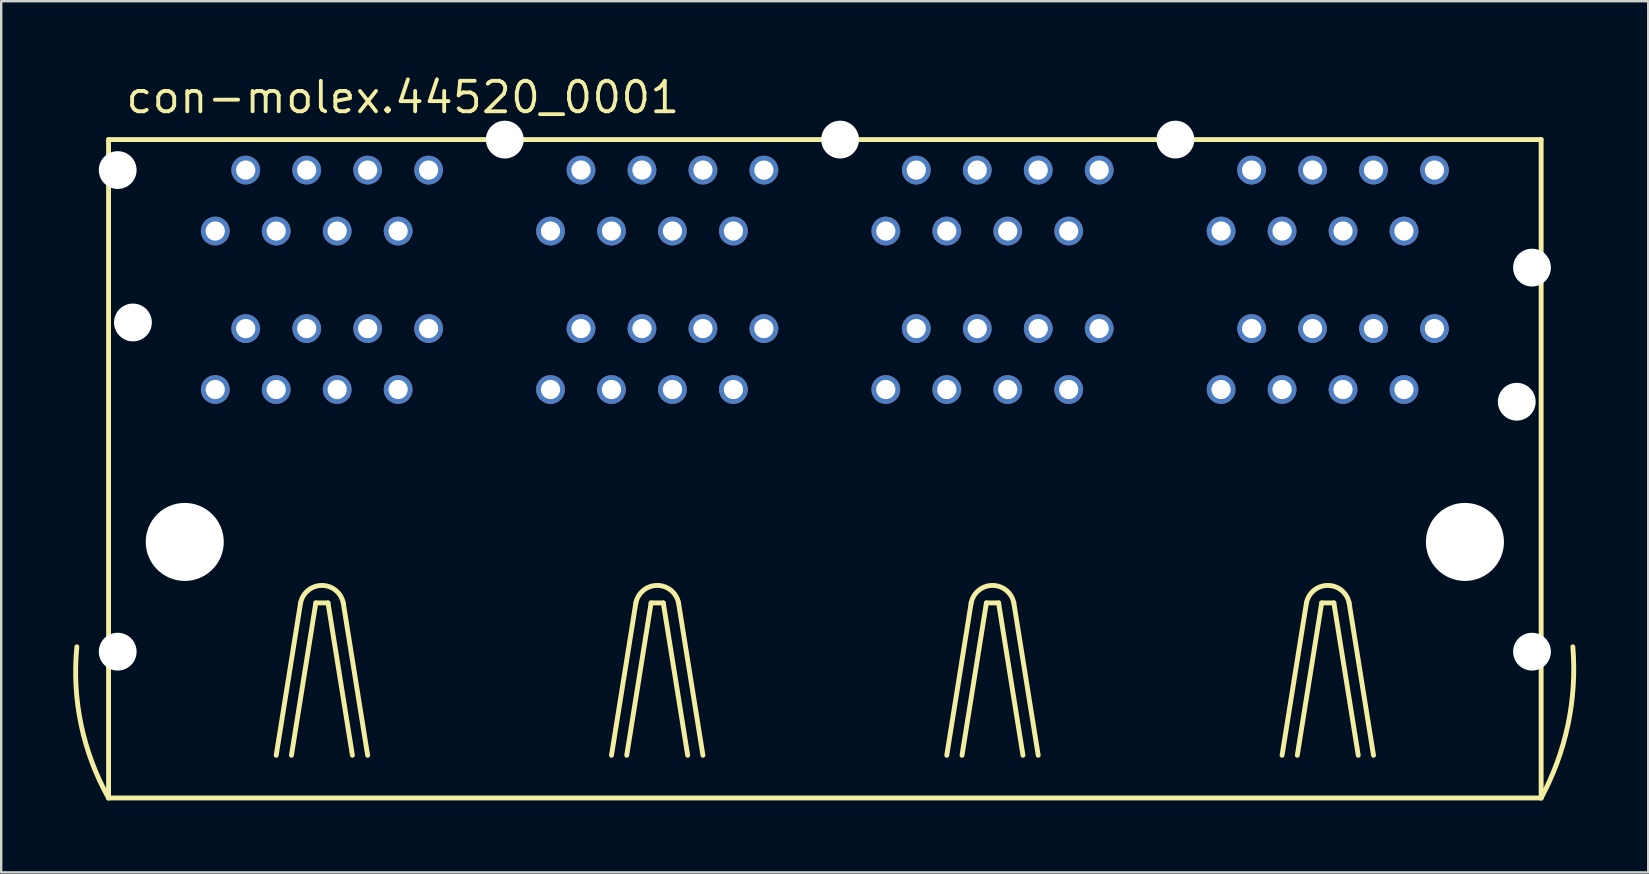
<source format=kicad_pcb>
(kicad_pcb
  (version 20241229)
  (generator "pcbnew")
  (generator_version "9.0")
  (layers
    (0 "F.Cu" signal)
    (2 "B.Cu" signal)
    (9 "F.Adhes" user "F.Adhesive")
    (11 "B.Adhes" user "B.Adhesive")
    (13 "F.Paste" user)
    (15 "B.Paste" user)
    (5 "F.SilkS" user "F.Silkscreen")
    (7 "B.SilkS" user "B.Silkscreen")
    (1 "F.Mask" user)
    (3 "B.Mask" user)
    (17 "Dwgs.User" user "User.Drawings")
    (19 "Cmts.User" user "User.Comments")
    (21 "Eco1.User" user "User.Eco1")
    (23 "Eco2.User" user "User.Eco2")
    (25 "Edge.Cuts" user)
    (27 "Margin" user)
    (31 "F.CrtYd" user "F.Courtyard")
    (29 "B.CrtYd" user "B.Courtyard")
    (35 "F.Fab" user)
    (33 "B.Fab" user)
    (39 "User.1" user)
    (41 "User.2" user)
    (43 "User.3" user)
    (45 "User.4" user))
  (footprint "con-molex.44520_0001"
    (layer "F.Cu")
    (at 31.318 19.53)
    (property "Reference" "con-molex.44520_0001" (at -29.21 -17.78 0) (layer "F.SilkS") (effects (font (size 1.27 1.27) (thickness 0.16)) (justify left bottom)))
    (attr through_hole)
    (fp_line (start -29.845 -16.764) (end -29.845 10.668) (stroke (width 0.203) (type default)) (layer "F.SilkS"))
    (fp_line (start -29.845 10.668) (end 29.845 10.668) (stroke (width 0.203) (type default)) (layer "F.SilkS"))
    (fp_line (start -22.86 8.89) (end -21.844 2.54) (stroke (width 0.203) (type default)) (layer "F.SilkS"))
    (fp_line (start -22.225 8.89) (end -21.209 2.54) (stroke (width 0.203) (type default)) (layer "F.SilkS"))
    (fp_line (start -21.209 2.54) (end -20.701 2.54) (stroke (width 0.203) (type default)) (layer "F.SilkS"))
    (fp_line (start -20.701 2.54) (end -19.685 8.89) (stroke (width 0.203) (type default)) (layer "F.SilkS"))
    (fp_line (start -20.066 2.54) (end -19.05 8.89) (stroke (width 0.203) (type default)) (layer "F.SilkS"))
    (fp_line (start -8.89 8.89) (end -7.874 2.54) (stroke (width 0.203) (type default)) (layer "F.SilkS"))
    (fp_line (start -8.255 8.89) (end -7.239 2.54) (stroke (width 0.203) (type default)) (layer "F.SilkS"))
    (fp_line (start -7.239 2.54) (end -6.731 2.54) (stroke (width 0.203) (type default)) (layer "F.SilkS"))
    (fp_line (start -6.731 2.54) (end -5.715 8.89) (stroke (width 0.203) (type default)) (layer "F.SilkS"))
    (fp_line (start -6.096 2.54) (end -5.08 8.89) (stroke (width 0.203) (type default)) (layer "F.SilkS"))
    (fp_line (start 5.08 8.89) (end 6.096 2.54) (stroke (width 0.203) (type default)) (layer "F.SilkS"))
    (fp_line (start 5.715 8.89) (end 6.731 2.54) (stroke (width 0.203) (type default)) (layer "F.SilkS"))
    (fp_line (start 6.731 2.54) (end 7.239 2.54) (stroke (width 0.203) (type default)) (layer "F.SilkS"))
    (fp_line (start 7.239 2.54) (end 8.255 8.89) (stroke (width 0.203) (type default)) (layer "F.SilkS"))
    (fp_line (start 7.874 2.54) (end 8.89 8.89) (stroke (width 0.203) (type default)) (layer "F.SilkS"))
    (fp_line (start 19.05 8.89) (end 20.066 2.54) (stroke (width 0.203) (type default)) (layer "F.SilkS"))
    (fp_line (start 19.685 8.89) (end 20.701 2.54) (stroke (width 0.203) (type default)) (layer "F.SilkS"))
    (fp_line (start 20.701 2.54) (end 21.209 2.54) (stroke (width 0.203) (type default)) (layer "F.SilkS"))
    (fp_line (start 21.209 2.54) (end 22.225 8.89) (stroke (width 0.203) (type default)) (layer "F.SilkS"))
    (fp_line (start 21.844 2.54) (end 22.86 8.89) (stroke (width 0.203) (type default)) (layer "F.SilkS"))
    (fp_line (start 29.845 -16.764) (end -29.845 -16.764) (stroke (width 0.203) (type default)) (layer "F.SilkS"))
    (fp_line (start 29.845 10.668) (end 29.845 -16.764) (stroke (width 0.203) (type default)) (layer "F.SilkS"))
    (fp_arc (start -29.845 10.668) (mid -30.988085 7.619608) (end -31.1658 4.3688) (stroke (width 0.2032) (type default)) (layer "F.SilkS"))
    (fp_arc (start -21.844 2.54) (mid -20.955 1.812319) (end -20.066 2.54) (stroke (width 0.2032) (type default)) (layer "F.SilkS"))
    (fp_arc (start -7.874 2.54) (mid -6.985 1.812319) (end -6.096 2.54) (stroke (width 0.2032) (type default)) (layer "F.SilkS"))
    (fp_arc (start 6.096 2.54) (mid 6.985 1.812319) (end 7.874 2.54) (stroke (width 0.2032) (type default)) (layer "F.SilkS"))
    (fp_arc (start 20.066 2.54) (mid 20.955 1.812319) (end 21.844 2.54) (stroke (width 0.2032) (type default)) (layer "F.SilkS"))
    (fp_arc (start 31.1658 4.3688) (mid 30.963237 7.614398) (end 29.845 10.668) (stroke (width 0.2032) (type default)) (layer "F.SilkS"))
    (pad "" np_thru_hole circle (at -29.464 -15.494) (size 1.575 1.575) (drill 1.575) (layers "*.Cu" "*.Mask"))
    (pad "" np_thru_hole circle (at -29.464 4.572) (size 1.575 1.575) (drill 1.575) (layers "*.Cu" "*.Mask"))
    (pad "" np_thru_hole circle (at -28.829 -9.144) (size 1.575 1.575) (drill 1.575) (layers "*.Cu" "*.Mask"))
    (pad "" np_thru_hole circle (at -26.67 0) (size 3.251 3.251) (drill 3.251) (layers "*.Cu" "*.Mask"))
    (pad "" np_thru_hole circle (at -13.335 -16.764) (size 1.575 1.575) (drill 1.575) (layers "*.Cu" "*.Mask"))
    (pad "" np_thru_hole circle (at 0.635 -16.764) (size 1.575 1.575) (drill 1.575) (layers "*.Cu" "*.Mask"))
    (pad "" np_thru_hole circle (at 14.605 -16.764) (size 1.575 1.575) (drill 1.575) (layers "*.Cu" "*.Mask"))
    (pad "" np_thru_hole circle (at 26.67 0) (size 3.251 3.251) (drill 3.251) (layers "*.Cu" "*.Mask"))
    (pad "" np_thru_hole circle (at 28.829 -5.842) (size 1.575 1.575) (drill 1.575) (layers "*.Cu" "*.Mask"))
    (pad "" np_thru_hole circle (at 29.464 -11.43) (size 1.575 1.575) (drill 1.575) (layers "*.Cu" "*.Mask"))
    (pad "" np_thru_hole circle (at 29.464 4.572) (size 1.575 1.575) (drill 1.575) (layers "*.Cu" "*.Mask"))
    (pad "A1-1" thru_hole circle (at -25.4 -6.35) (size 1.2 1.2) (drill 0.8) (layers "*.Cu" "*.Mask"))
    (pad "A1-2" thru_hole circle (at -24.13 -8.89) (size 1.2 1.2) (drill 0.8) (layers "*.Cu" "*.Mask"))
    (pad "A1-3" thru_hole circle (at -22.86 -6.35) (size 1.2 1.2) (drill 0.8) (layers "*.Cu" "*.Mask"))
    (pad "A1-4" thru_hole circle (at -21.59 -8.89) (size 1.2 1.2) (drill 0.8) (layers "*.Cu" "*.Mask"))
    (pad "A1-5" thru_hole circle (at -20.32 -6.35) (size 1.2 1.2) (drill 0.8) (layers "*.Cu" "*.Mask"))
    (pad "A1-6" thru_hole circle (at -19.05 -8.89) (size 1.2 1.2) (drill 0.8) (layers "*.Cu" "*.Mask"))
    (pad "A1-7" thru_hole circle (at -17.78 -6.35) (size 1.2 1.2) (drill 0.8) (layers "*.Cu" "*.Mask"))
    (pad "A1-8" thru_hole circle (at -16.51 -8.89) (size 1.2 1.2) (drill 0.8) (layers "*.Cu" "*.Mask"))
    (pad "A2-1" thru_hole circle (at -16.51 -15.494) (size 1.2 1.2) (drill 0.8) (layers "*.Cu" "*.Mask"))
    (pad "A2-2" thru_hole circle (at -17.78 -12.954) (size 1.2 1.2) (drill 0.8) (layers "*.Cu" "*.Mask"))
    (pad "A2-3" thru_hole circle (at -19.05 -15.494) (size 1.2 1.2) (drill 0.8) (layers "*.Cu" "*.Mask"))
    (pad "A2-4" thru_hole circle (at -20.32 -12.954) (size 1.2 1.2) (drill 0.8) (layers "*.Cu" "*.Mask"))
    (pad "A2-5" thru_hole circle (at -21.59 -15.494) (size 1.2 1.2) (drill 0.8) (layers "*.Cu" "*.Mask"))
    (pad "A2-6" thru_hole circle (at -22.86 -12.954) (size 1.2 1.2) (drill 0.8) (layers "*.Cu" "*.Mask"))
    (pad "A2-7" thru_hole circle (at -24.13 -15.494) (size 1.2 1.2) (drill 0.8) (layers "*.Cu" "*.Mask"))
    (pad "A2-8" thru_hole circle (at -25.4 -12.954) (size 1.2 1.2) (drill 0.8) (layers "*.Cu" "*.Mask"))
    (pad "B1-1" thru_hole circle (at -11.43 -6.35) (size 1.2 1.2) (drill 0.8) (layers "*.Cu" "*.Mask"))
    (pad "B1-2" thru_hole circle (at -10.16 -8.89) (size 1.2 1.2) (drill 0.8) (layers "*.Cu" "*.Mask"))
    (pad "B1-3" thru_hole circle (at -8.89 -6.35) (size 1.2 1.2) (drill 0.8) (layers "*.Cu" "*.Mask"))
    (pad "B1-4" thru_hole circle (at -7.62 -8.89) (size 1.2 1.2) (drill 0.8) (layers "*.Cu" "*.Mask"))
    (pad "B1-5" thru_hole circle (at -6.35 -6.35) (size 1.2 1.2) (drill 0.8) (layers "*.Cu" "*.Mask"))
    (pad "B1-6" thru_hole circle (at -5.08 -8.89) (size 1.2 1.2) (drill 0.8) (layers "*.Cu" "*.Mask"))
    (pad "B1-7" thru_hole circle (at -3.81 -6.35) (size 1.2 1.2) (drill 0.8) (layers "*.Cu" "*.Mask"))
    (pad "B1-8" thru_hole circle (at -2.54 -8.89) (size 1.2 1.2) (drill 0.8) (layers "*.Cu" "*.Mask"))
    (pad "B2-1" thru_hole circle (at -2.54 -15.494) (size 1.2 1.2) (drill 0.8) (layers "*.Cu" "*.Mask"))
    (pad "B2-2" thru_hole circle (at -3.81 -12.954) (size 1.2 1.2) (drill 0.8) (layers "*.Cu" "*.Mask"))
    (pad "B2-3" thru_hole circle (at -5.08 -15.494) (size 1.2 1.2) (drill 0.8) (layers "*.Cu" "*.Mask"))
    (pad "B2-4" thru_hole circle (at -6.35 -12.954) (size 1.2 1.2) (drill 0.8) (layers "*.Cu" "*.Mask"))
    (pad "B2-5" thru_hole circle (at -7.62 -15.494) (size 1.2 1.2) (drill 0.8) (layers "*.Cu" "*.Mask"))
    (pad "B2-6" thru_hole circle (at -8.89 -12.954) (size 1.2 1.2) (drill 0.8) (layers "*.Cu" "*.Mask"))
    (pad "B2-7" thru_hole circle (at -10.16 -15.494) (size 1.2 1.2) (drill 0.8) (layers "*.Cu" "*.Mask"))
    (pad "B2-8" thru_hole circle (at -11.43 -12.954) (size 1.2 1.2) (drill 0.8) (layers "*.Cu" "*.Mask"))
    (pad "C1-1" thru_hole circle (at 2.54 -6.35) (size 1.2 1.2) (drill 0.8) (layers "*.Cu" "*.Mask"))
    (pad "C1-2" thru_hole circle (at 3.81 -8.89) (size 1.2 1.2) (drill 0.8) (layers "*.Cu" "*.Mask"))
    (pad "C1-3" thru_hole circle (at 5.08 -6.35) (size 1.2 1.2) (drill 0.8) (layers "*.Cu" "*.Mask"))
    (pad "C1-4" thru_hole circle (at 6.35 -8.89) (size 1.2 1.2) (drill 0.8) (layers "*.Cu" "*.Mask"))
    (pad "C1-5" thru_hole circle (at 7.62 -6.35) (size 1.2 1.2) (drill 0.8) (layers "*.Cu" "*.Mask"))
    (pad "C1-6" thru_hole circle (at 8.89 -8.89) (size 1.2 1.2) (drill 0.8) (layers "*.Cu" "*.Mask"))
    (pad "C1-7" thru_hole circle (at 10.16 -6.35) (size 1.2 1.2) (drill 0.8) (layers "*.Cu" "*.Mask"))
    (pad "C1-8" thru_hole circle (at 11.43 -8.89) (size 1.2 1.2) (drill 0.8) (layers "*.Cu" "*.Mask"))
    (pad "C2-1" thru_hole circle (at 11.43 -15.494) (size 1.2 1.2) (drill 0.8) (layers "*.Cu" "*.Mask"))
    (pad "C2-2" thru_hole circle (at 10.16 -12.954) (size 1.2 1.2) (drill 0.8) (layers "*.Cu" "*.Mask"))
    (pad "C2-3" thru_hole circle (at 8.89 -15.494) (size 1.2 1.2) (drill 0.8) (layers "*.Cu" "*.Mask"))
    (pad "C2-4" thru_hole circle (at 7.62 -12.954) (size 1.2 1.2) (drill 0.8) (layers "*.Cu" "*.Mask"))
    (pad "C2-5" thru_hole circle (at 6.35 -15.494) (size 1.2 1.2) (drill 0.8) (layers "*.Cu" "*.Mask"))
    (pad "C2-6" thru_hole circle (at 5.08 -12.954) (size 1.2 1.2) (drill 0.8) (layers "*.Cu" "*.Mask"))
    (pad "C2-7" thru_hole circle (at 3.81 -15.494) (size 1.2 1.2) (drill 0.8) (layers "*.Cu" "*.Mask"))
    (pad "C2-8" thru_hole circle (at 2.54 -12.954) (size 1.2 1.2) (drill 0.8) (layers "*.Cu" "*.Mask"))
    (pad "D1-1" thru_hole circle (at 16.51 -6.35) (size 1.2 1.2) (drill 0.8) (layers "*.Cu" "*.Mask"))
    (pad "D1-2" thru_hole circle (at 17.78 -8.89) (size 1.2 1.2) (drill 0.8) (layers "*.Cu" "*.Mask"))
    (pad "D1-3" thru_hole circle (at 19.05 -6.35) (size 1.2 1.2) (drill 0.8) (layers "*.Cu" "*.Mask"))
    (pad "D1-4" thru_hole circle (at 20.32 -8.89) (size 1.2 1.2) (drill 0.8) (layers "*.Cu" "*.Mask"))
    (pad "D1-5" thru_hole circle (at 21.59 -6.35) (size 1.2 1.2) (drill 0.8) (layers "*.Cu" "*.Mask"))
    (pad "D1-6" thru_hole circle (at 22.86 -8.89) (size 1.2 1.2) (drill 0.8) (layers "*.Cu" "*.Mask"))
    (pad "D1-7" thru_hole circle (at 24.13 -6.35) (size 1.2 1.2) (drill 0.8) (layers "*.Cu" "*.Mask"))
    (pad "D1-8" thru_hole circle (at 25.4 -8.89) (size 1.2 1.2) (drill 0.8) (layers "*.Cu" "*.Mask"))
    (pad "D2-1" thru_hole circle (at 25.4 -15.494) (size 1.2 1.2) (drill 0.8) (layers "*.Cu" "*.Mask"))
    (pad "D2-2" thru_hole circle (at 24.13 -12.954) (size 1.2 1.2) (drill 0.8) (layers "*.Cu" "*.Mask"))
    (pad "D2-3" thru_hole circle (at 22.86 -15.494) (size 1.2 1.2) (drill 0.8) (layers "*.Cu" "*.Mask"))
    (pad "D2-4" thru_hole circle (at 21.59 -12.954) (size 1.2 1.2) (drill 0.8) (layers "*.Cu" "*.Mask"))
    (pad "D2-5" thru_hole circle (at 20.32 -15.494) (size 1.2 1.2) (drill 0.8) (layers "*.Cu" "*.Mask"))
    (pad "D2-6" thru_hole circle (at 19.05 -12.954) (size 1.2 1.2) (drill 0.8) (layers "*.Cu" "*.Mask"))
    (pad "D2-7" thru_hole circle (at 17.78 -15.494) (size 1.2 1.2) (drill 0.8) (layers "*.Cu" "*.Mask"))
    (pad "D2-8" thru_hole circle (at 16.51 -12.954) (size 1.2 1.2) (drill 0.8) (layers "*.Cu" "*.Mask")))
  (gr_rect
    (start -3 -3)
    (end 65.624 33.3)
    (stroke (width 0.1) (type default))
    (fill no)
    (layer "Edge.Cuts")))
</source>
